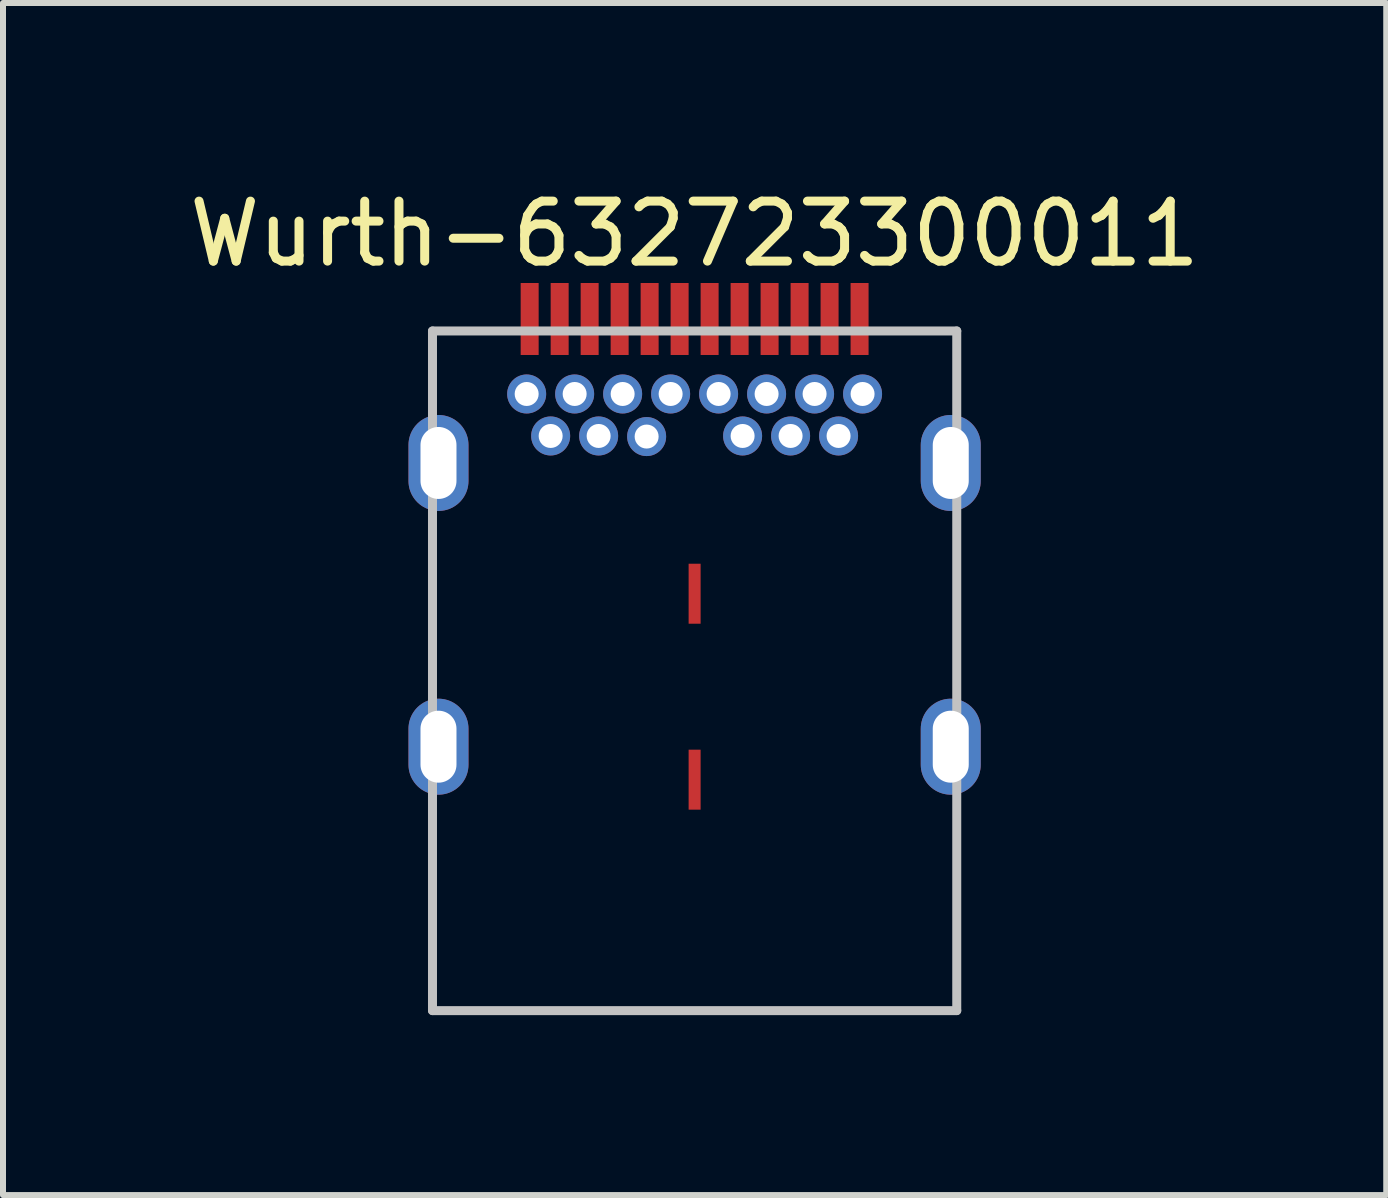
<source format=kicad_pcb>
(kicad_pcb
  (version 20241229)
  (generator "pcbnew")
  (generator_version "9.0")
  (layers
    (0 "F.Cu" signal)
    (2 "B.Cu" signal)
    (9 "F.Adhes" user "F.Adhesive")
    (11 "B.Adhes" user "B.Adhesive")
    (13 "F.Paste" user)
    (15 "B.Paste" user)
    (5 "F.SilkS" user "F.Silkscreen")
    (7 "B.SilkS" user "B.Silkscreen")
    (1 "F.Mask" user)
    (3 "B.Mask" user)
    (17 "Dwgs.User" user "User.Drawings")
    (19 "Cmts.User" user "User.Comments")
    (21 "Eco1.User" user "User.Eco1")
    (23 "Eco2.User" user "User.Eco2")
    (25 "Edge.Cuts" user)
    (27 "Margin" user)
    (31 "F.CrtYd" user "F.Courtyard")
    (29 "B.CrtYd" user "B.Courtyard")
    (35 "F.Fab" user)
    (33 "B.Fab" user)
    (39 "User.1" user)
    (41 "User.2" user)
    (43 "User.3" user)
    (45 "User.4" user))
  (footprint "Wurth-632723300011"
    (layer "F.Cu")
    (at 8.53 12.848)
    (property "Reference" "Wurth-632723300011" (at 0 -12 0) (layer "F.SilkS") (effects (font (size 1 1) (thickness 0.15))))
    (attr smd)
    (fp_line (start -4.37 -10.38) (end 4.37 -10.38) (stroke (width 0.15) (type solid)) (layer "Dwgs.User"))
    (fp_line (start -4.37 0.95) (end -4.37 -10.38) (stroke (width 0.15) (type solid)) (layer "Dwgs.User"))
    (fp_line (start -4.37 0.95) (end 4.37 0.95) (stroke (width 0.15) (type solid)) (layer "Dwgs.User"))
    (fp_line (start 4.37 0.95) (end 4.37 -10.38) (stroke (width 0.15) (type solid)) (layer "Dwgs.User"))
    (pad "1" smd rect (at -2.75 -10.58) (size 0.3 1.2) (layers "F.Cu" "F.Mask" "F.Paste"))
    (pad "2" smd rect (at -2.25 -10.58) (size 0.3 1.2) (layers "F.Cu" "F.Mask" "F.Paste"))
    (pad "3" smd rect (at -1.75 -10.58) (size 0.3 1.2) (layers "F.Cu" "F.Mask" "F.Paste"))
    (pad "4" smd rect (at -1.25 -10.58) (size 0.3 1.2) (layers "F.Cu" "F.Mask" "F.Paste"))
    (pad "5" smd rect (at -0.75 -10.58) (size 0.3 1.2) (layers "F.Cu" "F.Mask" "F.Paste"))
    (pad "6" smd rect (at -0.25 -10.58) (size 0.3 1.2) (layers "F.Cu" "F.Mask" "F.Paste"))
    (pad "7" smd rect (at 0.25 -10.58) (size 0.3 1.2) (layers "F.Cu" "F.Mask" "F.Paste"))
    (pad "8" smd rect (at 0.75 -10.58) (size 0.3 1.2) (layers "F.Cu" "F.Mask" "F.Paste"))
    (pad "9" smd rect (at 1.25 -10.58) (size 0.3 1.2) (layers "F.Cu" "F.Mask" "F.Paste"))
    (pad "10" smd rect (at 1.75 -10.58) (size 0.3 1.2) (layers "F.Cu" "F.Mask" "F.Paste"))
    (pad "11" smd rect (at 2.25 -10.58) (size 0.3 1.2) (layers "F.Cu" "F.Mask" "F.Paste"))
    (pad "12" smd rect (at 2.75 -10.58) (size 0.3 1.2) (layers "F.Cu" "F.Mask" "F.Paste"))
    (pad "13" thru_hole circle (at 2.8 -9.33) (size 0.65 0.65) (drill 0.4) (layers "*.Cu" "B.Mask"))
    (pad "14" thru_hole circle (at 2.4 -8.63) (size 0.65 0.65) (drill 0.4) (layers "*.Cu" "B.Mask"))
    (pad "15" thru_hole circle (at 1.6 -8.63) (size 0.65 0.65) (drill 0.4) (layers "*.Cu" "B.Mask"))
    (pad "16" thru_hole circle (at 1.2 -9.33) (size 0.65 0.65) (drill 0.4) (layers "*.Cu" "B.Mask"))
    (pad "17" thru_hole circle (at 0.8 -8.63) (size 0.65 0.65) (drill 0.4) (layers "*.Cu" "B.Mask"))
    (pad "18" thru_hole circle (at 0.4 -9.33) (size 0.65 0.65) (drill 0.4) (layers "*.Cu" "B.Mask"))
    (pad "19" thru_hole circle (at -0.4 -9.33) (size 0.65 0.65) (drill 0.4) (layers "*.Cu" "B.Mask"))
    (pad "20" thru_hole circle (at -0.8 -8.62) (size 0.65 0.65) (drill 0.4) (layers "*.Cu" "B.Mask"))
    (pad "21" thru_hole circle (at -1.2 -9.33) (size 0.65 0.65) (drill 0.4) (layers "*.Cu" "B.Mask"))
    (pad "22" thru_hole circle (at -1.6 -8.63) (size 0.65 0.65) (drill 0.4) (layers "*.Cu" "B.Mask"))
    (pad "23" thru_hole circle (at -2.4 -8.63) (size 0.65 0.65) (drill 0.4) (layers "*.Cu" "B.Mask"))
    (pad "24" thru_hole circle (at -2.8 -9.33) (size 0.65 0.65) (drill 0.4) (layers "*.Cu" "B.Mask"))
    (pad "25" thru_hole circle (at -2 -9.33) (size 0.65 0.65) (drill 0.4) (layers "*.Cu" "B.Mask"))
    (pad "25" thru_hole circle (at 2 -9.33) (size 0.65 0.65) (drill 0.4) (layers "*.Cu" "B.Mask"))
    (pad "26" thru_hole oval (at -4.27 -8.18) (size 1 1.6) (drill oval 0.6 1.2) (layers "*.Cu" "B.Mask"))
    (pad "26" thru_hole oval (at -4.27 -3.45) (size 1 1.6) (drill oval 0.6 1.2) (layers "*.Cu" "B.Mask"))
    (pad "26" thru_hole oval (at 4.27 -8.18) (size 1 1.6) (drill oval 0.6 1.2) (layers "*.Cu" "B.Mask"))
    (pad "26" thru_hole oval (at 4.27 -3.45) (size 1 1.6) (drill oval 0.6 1.2) (layers "*.Cu" "B.Mask"))
    (pad "27" smd rect (at 0 -6) (size 0.2 1) (layers "F.Cu" "F.Mask" "F.Paste"))
    (pad "27" smd rect (at 0 -2.9) (size 0.2 1) (layers "F.Cu" "F.Mask" "F.Paste")))
  (gr_rect
    (start -3 -3)
    (end 20.06 16.873)
    (stroke (width 0.1) (type default))
    (fill no)
    (layer "Edge.Cuts")))
</source>
